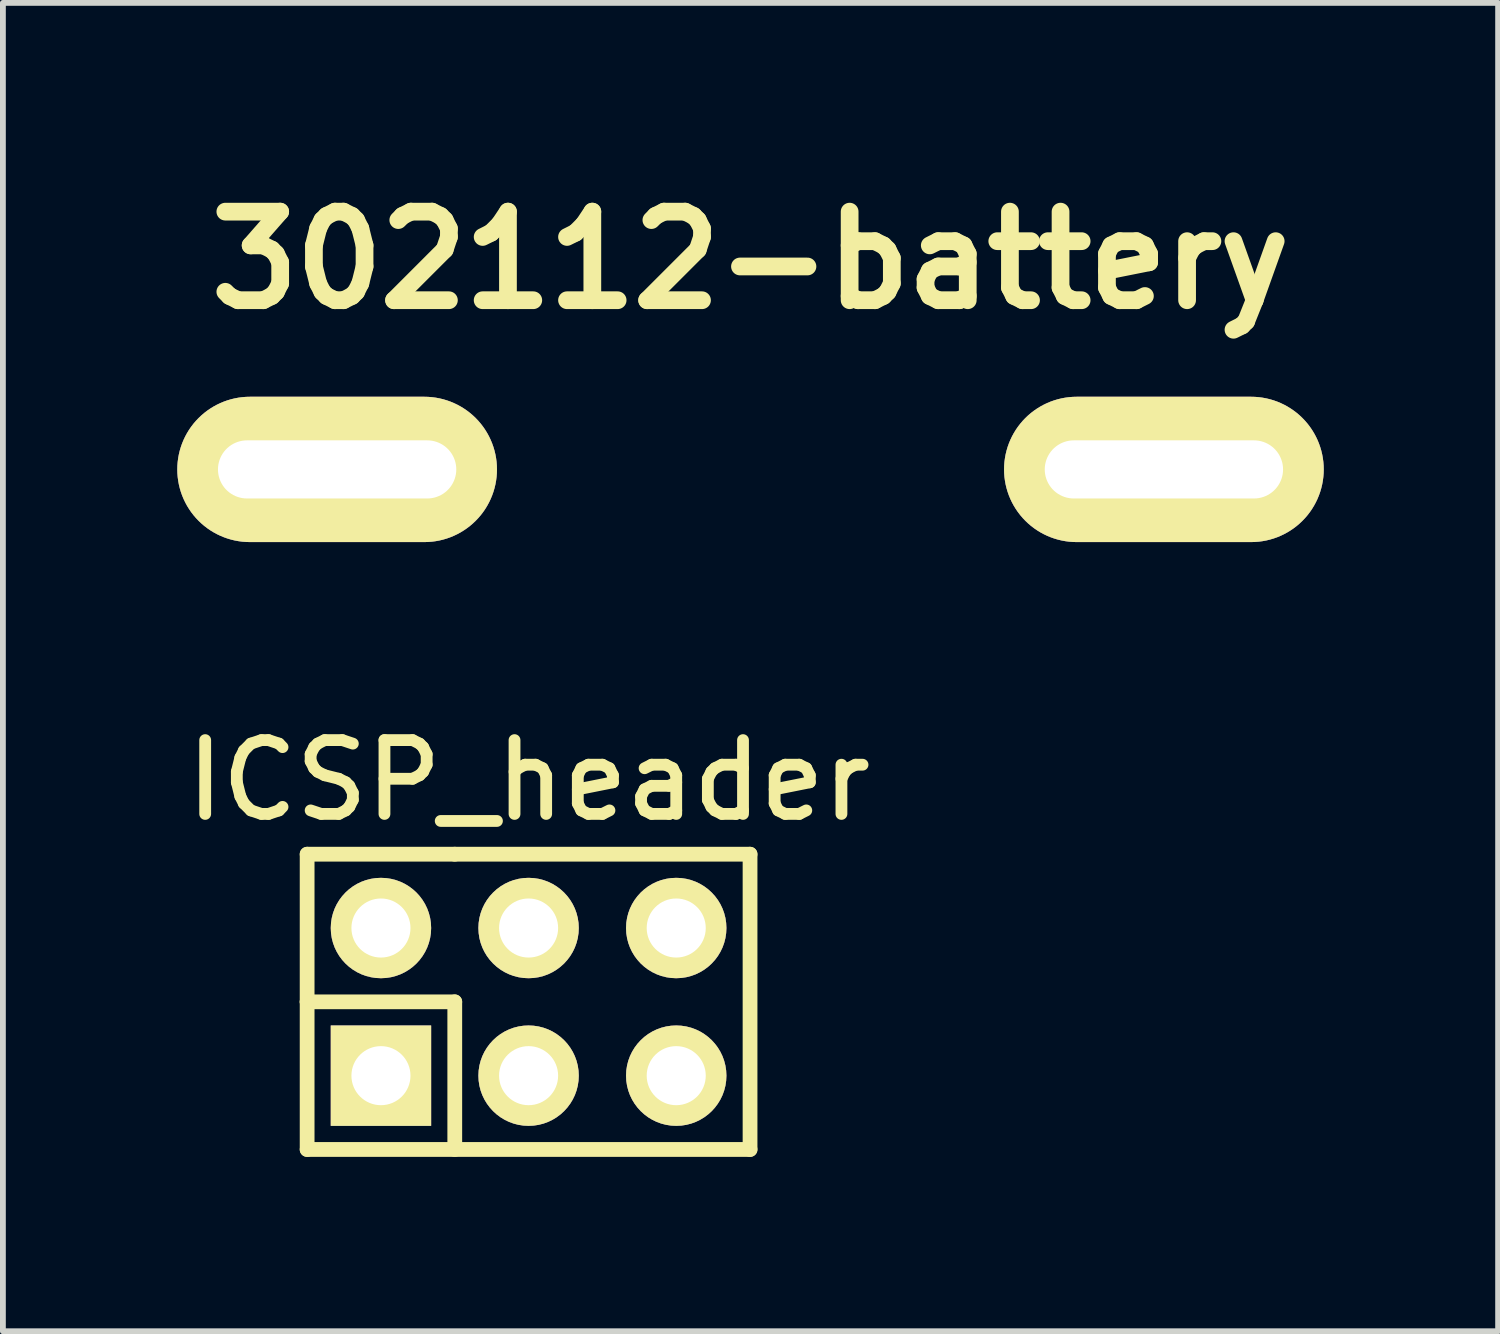
<source format=kicad_pcb>
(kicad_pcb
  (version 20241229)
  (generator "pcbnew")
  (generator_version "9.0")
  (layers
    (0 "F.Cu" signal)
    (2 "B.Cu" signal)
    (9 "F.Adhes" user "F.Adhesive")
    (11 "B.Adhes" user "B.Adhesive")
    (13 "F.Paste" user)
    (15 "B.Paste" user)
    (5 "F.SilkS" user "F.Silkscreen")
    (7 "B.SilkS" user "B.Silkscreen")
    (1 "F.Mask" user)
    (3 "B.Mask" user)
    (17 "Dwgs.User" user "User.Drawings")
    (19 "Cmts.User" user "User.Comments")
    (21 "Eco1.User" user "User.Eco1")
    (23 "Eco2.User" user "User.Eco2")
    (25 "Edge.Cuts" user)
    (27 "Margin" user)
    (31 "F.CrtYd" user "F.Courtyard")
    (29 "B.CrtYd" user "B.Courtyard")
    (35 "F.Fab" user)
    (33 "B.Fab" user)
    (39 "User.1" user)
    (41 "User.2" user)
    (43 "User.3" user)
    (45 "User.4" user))
  (footprint "302112-battery"
    (layer "F.Cu")
    (at 9.862 5.026)
    (property "Reference" "302112-battery" (at 0 -3.6 0) (layer "F.SilkS") (effects (font (size 1.524 1.524) (thickness 0.305))))
    (attr through_hole)
    (pad "1" thru_hole oval (at 7.112 0) (size 5.5 2.5) (drill oval 4.1 1) (layers "*.Cu" "*.Mask" "F.SilkS"))
    (pad "2" thru_hole oval (at -7.112 0) (size 5.5 2.5) (drill oval 4.1 1) (layers "*.Cu" "*.Mask" "F.SilkS")))
  (footprint "ICSP_header"
    (layer "F.Cu")
    (at 6.044 14.186)
    (property "Reference" "ICSP_header" (at 0 -3.81 0) (layer "F.SilkS") (effects (font (size 1.27 1.27) (thickness 0.203))))
    (attr through_hole)
    (fp_line (start -3.81 -2.54) (end -3.81 0) (stroke (width 0.254) (type solid)) (layer "F.SilkS"))
    (fp_line (start -3.81 0) (end -1.27 0) (stroke (width 0.254) (type solid)) (layer "F.SilkS"))
    (fp_line (start -3.81 2.54) (end -3.81 0) (stroke (width 0.254) (type solid)) (layer "F.SilkS"))
    (fp_line (start -3.81 2.54) (end 3.81 2.54) (stroke (width 0.254) (type solid)) (layer "F.SilkS"))
    (fp_line (start -1.27 -2.54) (end -3.81 -2.54) (stroke (width 0.254) (type solid)) (layer "F.SilkS"))
    (fp_line (start -1.27 0) (end -1.27 2.54) (stroke (width 0.254) (type solid)) (layer "F.SilkS"))
    (fp_line (start 3.81 -2.54) (end -1.27 -2.54) (stroke (width 0.254) (type solid)) (layer "F.SilkS"))
    (fp_line (start 3.81 2.54) (end 3.81 -2.54) (stroke (width 0.254) (type solid)) (layer "F.SilkS"))
    (pad "1" thru_hole rect (at -2.54 1.27) (size 1.727 1.727) (drill 1.016) (layers "*.Cu" "*.Mask" "F.SilkS"))
    (pad "2" thru_hole oval (at -2.54 -1.27) (size 1.727 1.727) (drill 1.016) (layers "*.Cu" "*.Mask" "F.SilkS"))
    (pad "3" thru_hole oval (at 0 1.27) (size 1.727 1.727) (drill 1.016) (layers "*.Cu" "*.Mask" "F.SilkS"))
    (pad "4" thru_hole oval (at 0 -1.27) (size 1.727 1.727) (drill 1.016) (layers "*.Cu" "*.Mask" "F.SilkS"))
    (pad "5" thru_hole oval (at 2.54 1.27) (size 1.727 1.727) (drill 1.016) (layers "*.Cu" "*.Mask" "F.SilkS"))
    (pad "6" thru_hole oval (at 2.54 -1.27) (size 1.727 1.727) (drill 1.016) (layers "*.Cu" "*.Mask" "F.SilkS")))
  (gr_rect
    (start -3 -3)
    (end 22.724 19.853)
    (stroke (width 0.1) (type default))
    (fill no)
    (layer "Edge.Cuts")))
</source>
